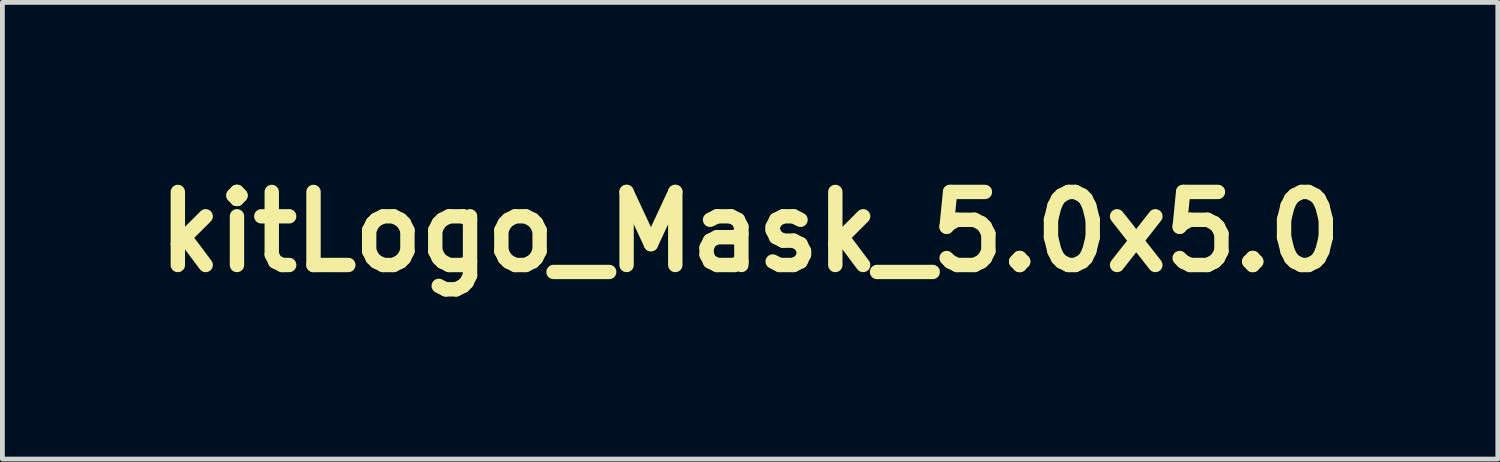
<source format=kicad_pcb>
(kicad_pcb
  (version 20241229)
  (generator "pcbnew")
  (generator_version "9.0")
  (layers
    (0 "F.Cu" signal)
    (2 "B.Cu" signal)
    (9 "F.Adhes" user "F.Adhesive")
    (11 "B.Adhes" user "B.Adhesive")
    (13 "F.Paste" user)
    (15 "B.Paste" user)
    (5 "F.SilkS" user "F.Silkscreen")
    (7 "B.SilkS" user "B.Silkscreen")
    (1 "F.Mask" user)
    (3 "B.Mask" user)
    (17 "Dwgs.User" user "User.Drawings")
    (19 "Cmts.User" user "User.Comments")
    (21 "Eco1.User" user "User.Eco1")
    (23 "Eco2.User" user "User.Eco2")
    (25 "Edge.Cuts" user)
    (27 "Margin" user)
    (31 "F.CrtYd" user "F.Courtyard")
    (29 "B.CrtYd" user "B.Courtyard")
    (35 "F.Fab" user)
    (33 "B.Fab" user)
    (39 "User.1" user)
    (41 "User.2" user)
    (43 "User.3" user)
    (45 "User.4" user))
  (footprint "kitLogo_Mask_5.0x5.0"
    (layer "F.Cu")
    (at 12.598 1.789)
    (property "Reference" "kitLogo_Mask_5.0x5.0" (at 0 0 0) (layer "F.SilkS") (effects (font (size 1.524 1.524) (thickness 0.3))))
    (attr through_hole)
    (fp_poly (pts (xy -0.674 1.733) (xy -0.902 1.733) (xy -0.9 1.609) (xy -0.898 1.484) (xy -0.678 1.484) (xy -0.674 1.733)) (stroke (width 0.01) (type solid)) (fill yes) (layer "F.Mask"))
    (fp_poly (pts (xy 1.676 1.587) (xy 1.676 1.623) (xy 1.675 1.656) (xy 1.674 1.684) (xy 1.673 1.704) (xy 1.672 1.71) (xy 1.669 1.733) (xy 1.456 1.733) (xy 1.456 1.487) (xy 1.677 1.487) (xy 1.676 1.587)) (stroke (width 0.01) (type solid)) (fill yes) (layer "F.Mask"))
    (fp_poly (pts (xy 0.504 1.733) (xy 0.391 1.733) (xy 0.348 1.733) (xy 0.316 1.732) (xy 0.294 1.731) (xy 0.281 1.729) (xy 0.274 1.726) (xy 0.274 1.725) (xy 0.273 1.716) (xy 0.272 1.697) (xy 0.272 1.67) (xy 0.272 1.637) (xy 0.272 1.604) (xy 0.274 1.491) (xy 0.504 1.487) (xy 0.504 1.733)) (stroke (width 0.01) (type solid)) (fill yes) (layer "F.Mask"))
    (fp_poly (pts (xy 0.978 0.481) (xy 1.566 0.482) (xy 1.566 0.715) (xy 1.331 0.717) (xy 1.097 0.719) (xy 1.097 1.218) (xy 1.097 1.315) (xy 1.096 1.4) (xy 1.096 1.473) (xy 1.096 1.535) (xy 1.095 1.588) (xy 1.095 1.631) (xy 1.094 1.665) (xy 1.093 1.691) (xy 1.092 1.709) (xy 1.091 1.72) (xy 1.089 1.725) (xy 1.089 1.726) (xy 1.081 1.729) (xy 1.062 1.731) (xy 1.032 1.733) (xy 0.991 1.733) (xy 0.979 1.733) (xy 0.941 1.733) (xy 0.913 1.733) (xy 0.894 1.732) (xy 0.882 1.73) (xy 0.875 1.727) (xy 0.871 1.723) (xy 0.87 1.721) (xy 0.869 1.712) (xy 0.867 1.69) (xy 0.866 1.656) (xy 0.865 1.609) (xy 0.865 1.55) (xy 0.864 1.478) (xy 0.864 1.394) (xy 0.864 1.297) (xy 0.863 1.214) (xy 0.863 0.719) (xy 0.636 0.719) (xy 0.575 0.718) (xy 0.525 0.718) (xy 0.486 0.718) (xy 0.455 0.717) (xy 0.433 0.716) (xy 0.417 0.715) (xy 0.407 0.713) (xy 0.401 0.711) (xy 0.4 0.71) (xy 0.396 0.704) (xy 0.394 0.692) (xy 0.392 0.674) (xy 0.391 0.647) (xy 0.391 0.61) (xy 0.391 0.59) (xy 0.391 0.479) (xy 0.978 0.481)) (stroke (width 0.01) (type solid)) (fill yes) (layer "F.Mask"))
    (fp_poly (pts (xy -0.603 -1.784) (xy -0.512 -1.784) (xy -0.424 -1.783) (xy -0.342 -1.783) (xy -0.266 -1.783) (xy -0.197 -1.782) (xy -0.135 -1.782) (xy -0.082 -1.781) (xy -0.038 -1.78) (xy -0.004 -1.779) (xy 0.018 -1.778) (xy 0.028 -1.778) (xy 0.055 -1.774) (xy 0.081 -1.77) (xy 0.095 -1.768) (xy 0.128 -1.761) (xy 0.168 -1.749) (xy 0.209 -1.734) (xy 0.248 -1.718) (xy 0.275 -1.705) (xy 0.328 -1.668) (xy 0.374 -1.622) (xy 0.411 -1.569) (xy 0.439 -1.509) (xy 0.457 -1.444) (xy 0.458 -1.439) (xy 0.461 -1.418) (xy -0.221 -1.417) (xy -0.903 -1.415) (xy -0.93 -1.336) (xy -0.939 -1.311) (xy -0.951 -1.276) (xy -0.965 -1.233) (xy -0.982 -1.185) (xy -0.999 -1.133) (xy -1.018 -1.079) (xy -1.03 -1.043) (xy -1.047 -0.994) (xy -1.062 -0.948) (xy -1.076 -0.908) (xy -1.087 -0.875) (xy -1.096 -0.849) (xy -1.101 -0.833) (xy -1.103 -0.827) (xy -1.097 -0.827) (xy -1.078 -0.827) (xy -1.049 -0.827) (xy -1.008 -0.827) (xy -0.957 -0.826) (xy -0.896 -0.826) (xy -0.826 -0.826) (xy -0.747 -0.826) (xy -0.659 -0.826) (xy -0.565 -0.825) (xy -0.463 -0.825) (xy -0.354 -0.825) (xy -0.24 -0.825) (xy -0.12 -0.825) (xy 0.005 -0.825) (xy 0.134 -0.824) (xy 0.267 -0.824) (xy 0.375 -0.824) (xy 0.511 -0.824) (xy 0.643 -0.824) (xy 0.771 -0.824) (xy 0.895 -0.824) (xy 1.014 -0.824) (xy 1.127 -0.824) (xy 1.234 -0.824) (xy 1.335 -0.824) (xy 1.428 -0.824) (xy 1.514 -0.824) (xy 1.591 -0.824) (xy 1.659 -0.825) (xy 1.718 -0.825) (xy 1.767 -0.825) (xy 1.806 -0.825) (xy 1.833 -0.826) (xy 1.849 -0.826) (xy 1.853 -0.826) (xy 1.848 -0.832) (xy 1.834 -0.845) (xy 1.812 -0.863) (xy 1.783 -0.886) (xy 1.749 -0.914) (xy 1.709 -0.945) (xy 1.666 -0.978) (xy 1.621 -1.013) (xy 1.574 -1.049) (xy 1.526 -1.085) (xy 1.479 -1.12) (xy 1.434 -1.153) (xy 1.392 -1.184) (xy 1.354 -1.211) (xy 1.32 -1.235) (xy 1.317 -1.237) (xy 1.273 -1.267) (xy 1.221 -1.301) (xy 1.166 -1.337) (xy 1.109 -1.373) (xy 1.054 -1.407) (xy 1.003 -1.439) (xy 0.958 -1.466) (xy 0.942 -1.475) (xy 0.908 -1.494) (xy 0.867 -1.516) (xy 0.822 -1.539) (xy 0.776 -1.563) (xy 0.731 -1.585) (xy 0.689 -1.606) (xy 0.654 -1.622) (xy 0.626 -1.634) (xy 0.624 -1.635) (xy 0.601 -1.645) (xy 0.582 -1.653) (xy 0.57 -1.658) (xy 0.54 -1.671) (xy 0.501 -1.686) (xy 0.457 -1.701) (xy 0.409 -1.716) (xy 0.361 -1.73) (xy 0.313 -1.744) (xy 0.268 -1.755) (xy 0.229 -1.764) (xy 0.198 -1.769) (xy 0.177 -1.771) (xy 0.164 -1.773) (xy 0.158 -1.777) (xy 0.158 -1.778) (xy 0.164 -1.779) (xy 0.182 -1.78) (xy 0.21 -1.781) (xy 0.248 -1.781) (xy 0.296 -1.782) (xy 0.351 -1.782) (xy 0.413 -1.783) (xy 0.481 -1.783) (xy 0.554 -1.783) (xy 0.631 -1.783) (xy 0.711 -1.783) (xy 0.794 -1.783) (xy 0.878 -1.782) (xy 0.963 -1.782) (xy 1.047 -1.782) (xy 1.129 -1.781) (xy 1.209 -1.78) (xy 1.285 -1.78) (xy 1.357 -1.779) (xy 1.424 -1.778) (xy 1.485 -1.777) (xy 1.539 -1.776) (xy 1.584 -1.775) (xy 1.621 -1.774) (xy 1.647 -1.773) (xy 1.663 -1.772) (xy 1.664 -1.772) (xy 1.741 -1.757) (xy 1.815 -1.737) (xy 1.884 -1.713) (xy 1.946 -1.686) (xy 1.999 -1.655) (xy 2.037 -1.626) (xy 2.081 -1.579) (xy 2.116 -1.523) (xy 2.142 -1.461) (xy 2.159 -1.394) (xy 2.16 -1.385) (xy 2.162 -1.359) (xy 2.164 -1.327) (xy 2.164 -1.29) (xy 2.164 -1.255) (xy 2.162 -1.223) (xy 2.16 -1.201) (xy 2.142 -1.116) (xy 2.117 -1.029) (xy 2.084 -0.944) (xy 2.046 -0.862) (xy 2.002 -0.787) (xy 1.956 -0.719) (xy 1.916 -0.672) (xy 1.862 -0.621) (xy 1.797 -0.572) (xy 1.722 -0.526) (xy 1.676 -0.501) (xy 1.615 -0.472) (xy 1.558 -0.447) (xy 1.5 -0.427) (xy 1.439 -0.411) (xy 1.372 -0.396) (xy 1.32 -0.386) (xy 1.303 -0.384) (xy 1.284 -0.382) (xy 1.26 -0.38) (xy 1.232 -0.378) (xy 1.198 -0.377) (xy 1.157 -0.376) (xy 1.107 -0.375) (xy 1.047 -0.374) (xy 0.977 -0.373) (xy 0.93 -0.372) (xy 0.603 -0.369) (xy 0.57 -0.246) (xy 0.557 -0.197) (xy 0.542 -0.14) (xy 0.526 -0.079) (xy 0.509 -0.014) (xy 0.491 0.052) (xy 0.474 0.118) (xy 0.457 0.182) (xy 0.442 0.242) (xy 0.428 0.297) (xy 0.416 0.343) (xy 0.406 0.38) (xy 0.402 0.395) (xy 0.381 0.479) (xy 0.167 0.479) (xy -0.047 0.479) (xy -0.047 1.73) (xy -0.268 1.73) (xy -0.268 0.479) (xy -0.369 0.479) (xy -0.471 0.479) (xy -0.475 0.411) (xy -0.476 0.39) (xy -0.477 0.358) (xy -0.478 0.317) (xy -0.479 0.268) (xy -0.48 0.214) (xy -0.481 0.157) (xy -0.482 0.097) (xy -0.483 0.079) (xy -0.484 0.008) (xy -0.485 -0.051) (xy -0.486 -0.1) (xy -0.488 -0.14) (xy -0.49 -0.174) (xy -0.492 -0.2) (xy -0.496 -0.223) (xy -0.5 -0.241) (xy -0.505 -0.257) (xy -0.512 -0.273) (xy -0.519 -0.289) (xy -0.52 -0.29) (xy -0.549 -0.335) (xy -0.586 -0.37) (xy -0.625 -0.395) (xy -0.645 -0.404) (xy -0.664 -0.412) (xy -0.683 -0.419) (xy -0.705 -0.424) (xy -0.729 -0.428) (xy -0.758 -0.43) (xy -0.793 -0.433) (xy -0.836 -0.434) (xy -0.888 -0.435) (xy -0.95 -0.435) (xy -0.997 -0.435) (xy -1.236 -0.435) (xy -1.244 -0.414) (xy -1.249 -0.403) (xy -1.257 -0.381) (xy -1.267 -0.352) (xy -1.28 -0.316) (xy -1.294 -0.275) (xy -1.307 -0.236) (xy -1.323 -0.188) (xy -1.343 -0.131) (xy -1.364 -0.069) (xy -1.386 -0.005) (xy -1.407 0.058) (xy -1.427 0.115) (xy -1.428 0.117) (xy -1.453 0.192) (xy -1.475 0.255) (xy -1.494 0.309) (xy -1.509 0.354) (xy -1.521 0.39) (xy -1.531 0.418) (xy -1.538 0.44) (xy -1.544 0.455) (xy -1.547 0.466) (xy -1.549 0.473) (xy -1.55 0.476) (xy -1.55 0.477) (xy -1.556 0.478) (xy -1.573 0.478) (xy -1.598 0.479) (xy -1.629 0.479) (xy -1.649 0.479) (xy -1.686 0.479) (xy -1.713 0.48) (xy -1.73 0.481) (xy -1.74 0.482) (xy -1.744 0.485) (xy -1.743 0.489) (xy -1.743 0.489) (xy -1.743 0.497) (xy -1.742 0.517) (xy -1.741 0.546) (xy -1.74 0.584) (xy -1.74 0.629) (xy -1.74 0.679) (xy -1.739 0.734) (xy -1.739 0.758) (xy -1.739 1.018) (xy -1.653 0.93) (xy -1.627 0.904) (xy -1.595 0.871) (xy -1.557 0.832) (xy -1.516 0.79) (xy -1.473 0.746) (xy -1.43 0.702) (xy -1.398 0.669) (xy -1.36 0.63) (xy -1.324 0.594) (xy -1.291 0.561) (xy -1.262 0.533) (xy -1.239 0.511) (xy -1.223 0.495) (xy -1.213 0.488) (xy -1.213 0.488) (xy -1.202 0.485) (xy -1.181 0.483) (xy -1.153 0.481) (xy -1.12 0.479) (xy -1.083 0.479) (xy -1.046 0.478) (xy -1.01 0.479) (xy -0.978 0.479) (xy -0.95 0.481) (xy -0.931 0.483) (xy -0.921 0.485) (xy -0.92 0.486) (xy -0.925 0.492) (xy -0.937 0.506) (xy -0.957 0.527) (xy -0.984 0.554) (xy -1.016 0.587) (xy -1.054 0.625) (xy -1.096 0.666) (xy -1.141 0.711) (xy -1.183 0.753) (xy -1.238 0.808) (xy -1.285 0.854) (xy -1.324 0.893) (xy -1.356 0.925) (xy -1.382 0.951) (xy -1.402 0.972) (xy -1.417 0.987) (xy -1.427 0.999) (xy -1.434 1.008) (xy -1.437 1.014) (xy -1.438 1.019) (xy -1.436 1.022) (xy -1.434 1.024) (xy -1.433 1.025) (xy -1.424 1.035) (xy -1.41 1.052) (xy -1.393 1.075) (xy -1.377 1.097) (xy -1.354 1.128) (xy -1.328 1.164) (xy -1.303 1.198) (xy -1.292 1.213) (xy -1.271 1.241) (xy -1.247 1.275) (xy -1.221 1.31) (xy -1.197 1.342) (xy -1.174 1.374) (xy -1.15 1.407) (xy -1.128 1.438) (xy -1.11 1.462) (xy -1.11 1.463) (xy -1.093 1.486) (xy -1.071 1.516) (xy -1.047 1.549) (xy -1.023 1.582) (xy -1.018 1.589) (xy -0.996 1.618) (xy -0.975 1.647) (xy -0.957 1.671) (xy -0.944 1.689) (xy -0.94 1.694) (xy -0.93 1.71) (xy -0.924 1.723) (xy -0.924 1.727) (xy -0.931 1.73) (xy -0.949 1.731) (xy -0.975 1.732) (xy -1.006 1.733) (xy -1.041 1.733) (xy -1.077 1.733) (xy -1.112 1.732) (xy -1.143 1.731) (xy -1.168 1.729) (xy -1.185 1.727) (xy -1.192 1.725) (xy -1.2 1.717) (xy -1.213 1.701) (xy -1.229 1.68) (xy -1.238 1.667) (xy -1.259 1.639) (xy -1.282 1.607) (xy -1.303 1.579) (xy -1.308 1.573) (xy -1.322 1.554) (xy -1.341 1.527) (xy -1.364 1.495) (xy -1.39 1.46) (xy -1.416 1.423) (xy -1.422 1.416) (xy -1.464 1.357) (xy -1.5 1.308) (xy -1.529 1.267) (xy -1.553 1.235) (xy -1.571 1.211) (xy -1.584 1.193) (xy -1.592 1.182) (xy -1.605 1.165) (xy -1.675 1.232) (xy -1.746 1.3) (xy -1.746 1.727) (xy -1.973 1.727) (xy -1.973 0.488) (xy -1.821 0.037) (xy -1.795 -0.039) (xy -1.769 -0.116) (xy -1.744 -0.191) (xy -1.719 -0.264) (xy -1.696 -0.332) (xy -1.675 -0.395) (xy -1.656 -0.451) (xy -1.64 -0.499) (xy -1.627 -0.537) (xy -1.626 -0.54) (xy -0.151 -0.54) (xy -0.125 -0.502) (xy -0.11 -0.477) (xy -0.093 -0.447) (xy -0.079 -0.416) (xy -0.077 -0.412) (xy -0.069 -0.392) (xy -0.063 -0.373) (xy -0.057 -0.355) (xy -0.052 -0.336) (xy -0.048 -0.315) (xy -0.045 -0.29) (xy -0.042 -0.262) (xy -0.04 -0.228) (xy -0.039 -0.188) (xy -0.038 -0.141) (xy -0.037 -0.084) (xy -0.036 -0.018) (xy -0.036 0.059) (xy -0.036 0.096) (xy -0.036 0.162) (xy -0.035 0.224) (xy -0.035 0.281) (xy -0.034 0.331) (xy -0.034 0.375) (xy -0.033 0.41) (xy -0.033 0.435) (xy -0.032 0.45) (xy -0.031 0.454) (xy -0.029 0.448) (xy -0.024 0.433) (xy -0.018 0.411) (xy -0.014 0.395) (xy -0.008 0.369) (xy 0.001 0.334) (xy 0.011 0.294) (xy 0.022 0.253) (xy 0.028 0.23) (xy 0.039 0.188) (xy 0.05 0.143) (xy 0.062 0.099) (xy 0.071 0.062) (xy 0.075 0.047) (xy 0.095 -0.03) (xy 0.118 -0.115) (xy 0.142 -0.204) (xy 0.164 -0.287) (xy 0.172 -0.318) (xy 0.183 -0.359) (xy 0.196 -0.406) (xy 0.209 -0.457) (xy 0.222 -0.507) (xy 0.23 -0.536) (xy 0.242 -0.582) (xy 0.254 -0.628) (xy 0.266 -0.67) (xy 0.275 -0.707) (xy 0.283 -0.735) (xy 0.287 -0.75) (xy 0.293 -0.774) (xy 0.298 -0.793) (xy 0.3 -0.803) (xy 0.3 -0.805) (xy 0.296 -0.801) (xy 0.286 -0.789) (xy 0.272 -0.771) (xy 0.265 -0.762) (xy 0.207 -0.697) (xy 0.144 -0.643) (xy 0.076 -0.6) (xy 0.003 -0.569) (xy -0.074 -0.549) (xy -0.11 -0.545) (xy -0.151 -0.54) (xy -1.626 -0.54) (xy -1.62 -0.558) (xy -1.585 -0.66) (xy -1.552 -0.756) (xy -1.522 -0.845) (xy -1.494 -0.926) (xy -1.47 -0.998) (xy -1.449 -1.061) (xy -1.431 -1.112) (xy -1.429 -1.119) (xy -1.419 -1.147) (xy -1.406 -1.185) (xy -1.39 -1.231) (xy -1.372 -1.283) (xy -1.353 -1.341) (xy -1.333 -1.4) (xy -1.312 -1.461) (xy -1.303 -1.488) (xy -1.284 -1.544) (xy -1.266 -1.597) (xy -1.249 -1.645) (xy -1.234 -1.687) (xy -1.222 -1.722) (xy -1.213 -1.748) (xy -1.206 -1.765) (xy -1.204 -1.77) (xy -1.197 -1.784) (xy -0.603 -1.784)) (stroke (width 0.01) (type solid)) (fill yes) (layer "F.Mask")))
  (gr_rect
    (start -3 -3)
    (end 28.197 6.527)
    (stroke (width 0.1) (type default))
    (fill no)
    (layer "Edge.Cuts")))
</source>
